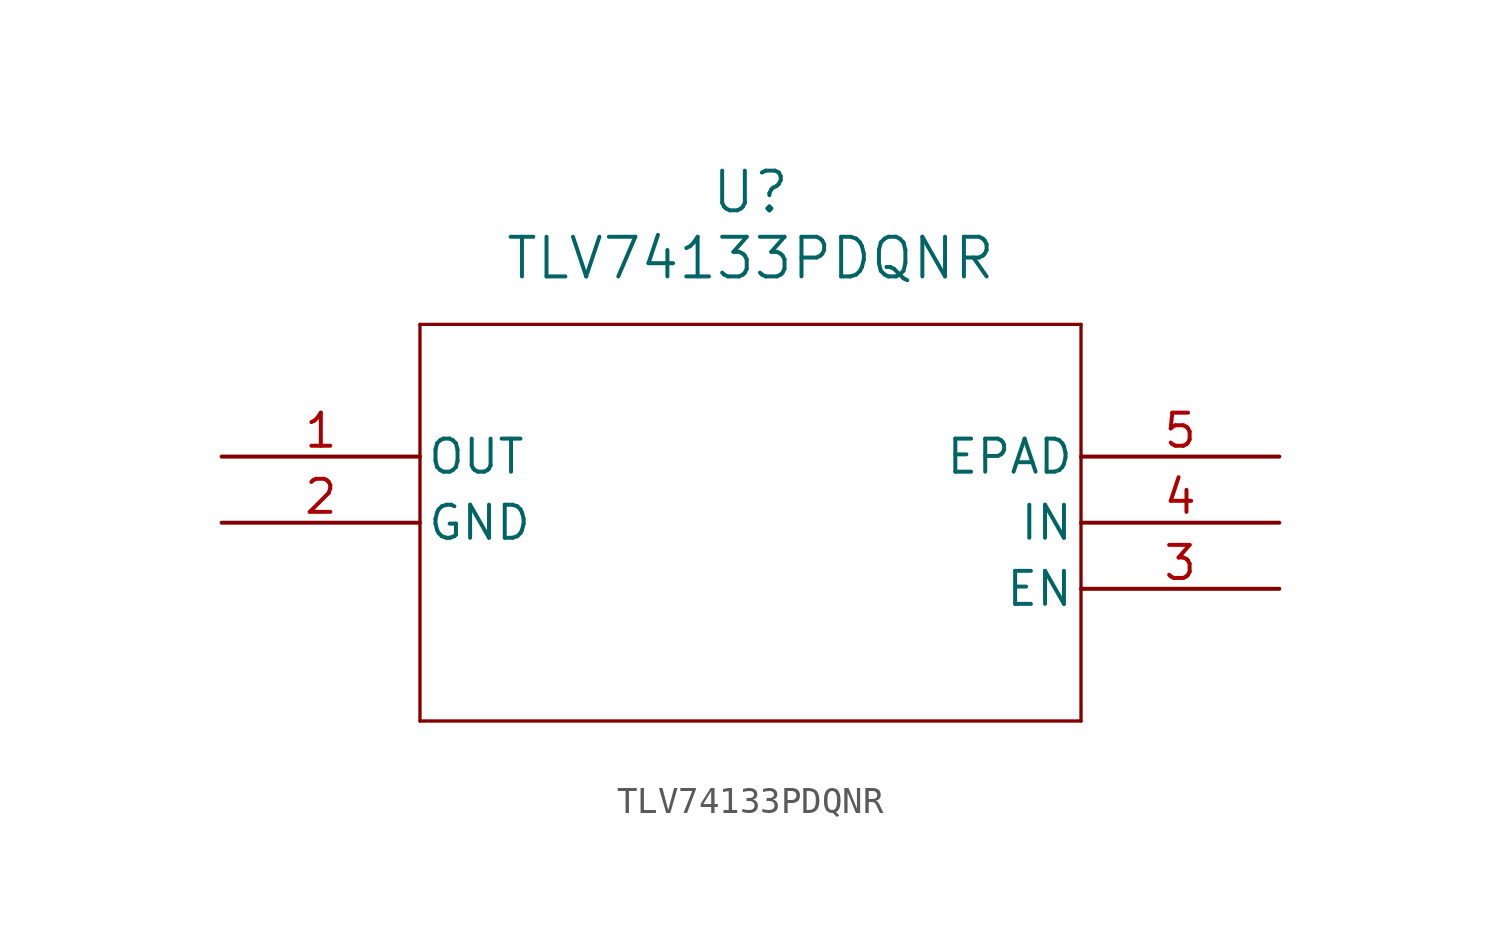
<source format=kicad_sym>
(kicad_symbol_lib
  (version 20211014)
  (generator kicad_symbol_editor)
  (symbol "TLV74133PDQNR"
    (pin_names
      (offset 0.254))
    (property "Reference" "U"
      (at 20.32 10.16 0)
      (effects (font (size 1.524 1.524))))
    (property "Value" "TLV74133PDQNR"
      (at 20.32 7.62 0)
      (effects (font (size 1.524 1.524))))
    (symbol "TLV74133PDQNR_0_1"
      (polyline (pts (xy 7.62 5.08) (xy 7.62 -10.16)) (stroke (width .127) (type default) (color 0 0 0 0)) (fill (type none)))
      (polyline (pts (xy 7.62 -10.16) (xy 33.02 -10.16)) (stroke (width .127) (type default) (color 0 0 0 0)) (fill (type none)))
      (polyline (pts (xy 33.02 -10.16) (xy 33.02 5.08)) (stroke (width .127) (type default) (color 0 0 0 0)) (fill (type none)))
      (polyline (pts (xy 33.02 5.08) (xy 7.62 5.08)) (stroke (width .127) (type default) (color 0 0 0 0)) (fill (type none)))
      (pin output line (at 0 0 0) (length 7.62) (name "OUT" (effects (font (size 1.27 1.27)))) (number "1" (effects (font (size 1.27 1.27)))))
      (pin power_out line (at 0 -2.54 0) (length 7.62) (name "GND" (effects (font (size 1.27 1.27)))) (number "2" (effects (font (size 1.27 1.27)))))
      (pin unspecified line (at 40.64 -5.08 180) (length 7.62) (name "EN" (effects (font (size 1.27 1.27)))) (number "3" (effects (font (size 1.27 1.27)))))
      (pin unspecified line (at 40.64 -2.54 180) (length 7.62) (name "IN" (effects (font (size 1.27 1.27)))) (number "4" (effects (font (size 1.27 1.27)))))
      (pin unspecified line (at 40.64 0 180) (length 7.62) (name "EPAD" (effects (font (size 1.27 1.27)))) (number "5" (effects (font (size 1.27 1.27))))))))
</source>
